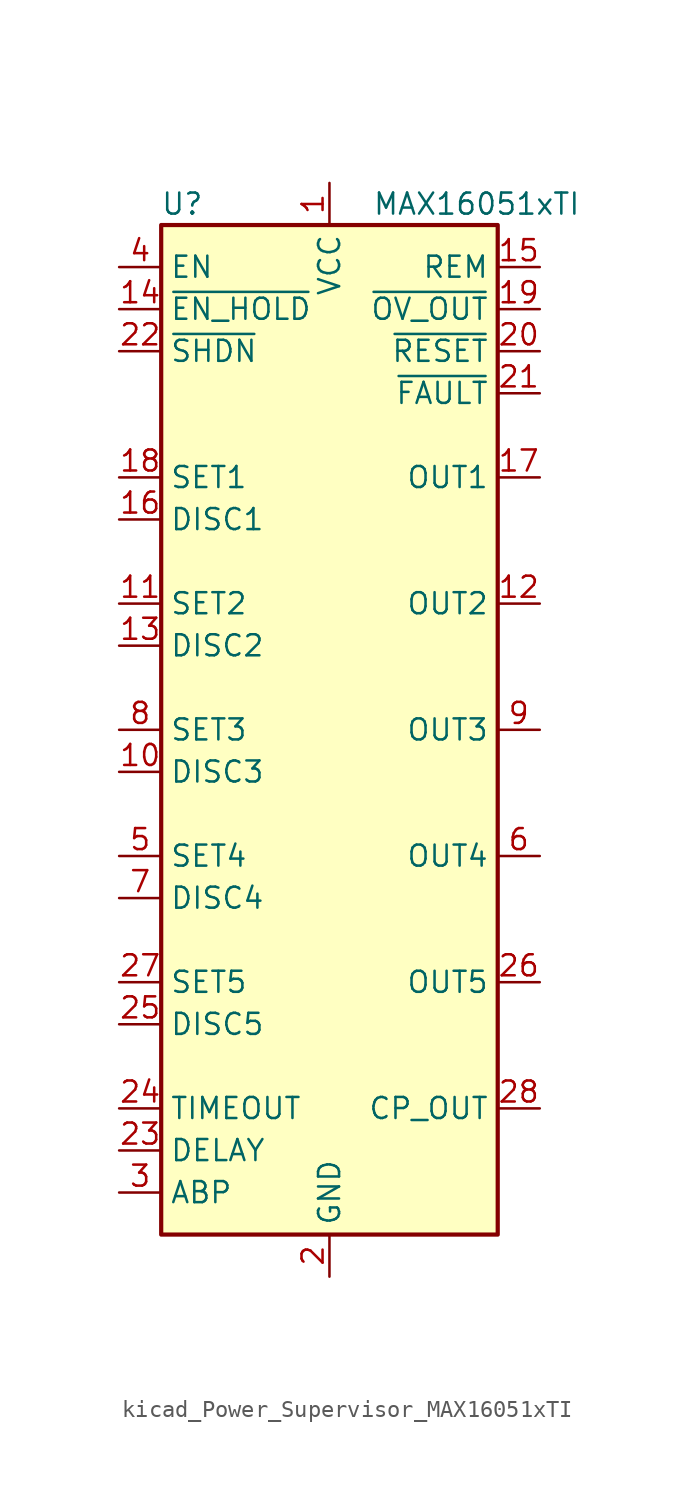
<source format=kicad_sym>
(kicad_symbol_lib
  (version 20220914)
  (generator kicad_symbol_editor)
  (symbol "kicad_Power_Supervisor_MAX16051xTI"
    (property "Reference" "U"
      (at -8.89 31.75 0)
      (effects (font (size 1.27 1.27))))
    (property "Value" "MAX16051xTI"
      (at 8.89 31.75 0)
      (effects (font (size 1.27 1.27))))
    (symbol "kicad_Power_Supervisor_MAX16051xTI_0_1"
      (rectangle (start -10.16 30.48) (end 10.16 -30.48) (stroke (width 0.254) (type default)) (fill (type background))))
    (symbol "kicad_Power_Supervisor_MAX16051xTI_1_1"
      (pin power_in line (at 0 33.02 270) (length 2.54) (name "VCC" (effects (font (size 1.27 1.27)))) (number "1" (effects (font (size 1.27 1.27)))))
      (pin input line (at -12.7 -2.54 0) (length 2.54) (name "DISC3" (effects (font (size 1.27 1.27)))) (number "10" (effects (font (size 1.27 1.27)))))
      (pin input line (at -12.7 7.62 0) (length 2.54) (name "SET2" (effects (font (size 1.27 1.27)))) (number "11" (effects (font (size 1.27 1.27)))))
      (pin open_collector line (at 12.7 7.62 180) (length 2.54) (name "OUT2" (effects (font (size 1.27 1.27)))) (number "12" (effects (font (size 1.27 1.27)))))
      (pin input line (at -12.7 5.08 0) (length 2.54) (name "DISC2" (effects (font (size 1.27 1.27)))) (number "13" (effects (font (size 1.27 1.27)))))
      (pin input line (at -12.7 25.4 0) (length 2.54) (name "~{EN_HOLD}" (effects (font (size 1.27 1.27)))) (number "14" (effects (font (size 1.27 1.27)))))
      (pin open_collector line (at 12.7 27.94 180) (length 2.54) (name "REM" (effects (font (size 1.27 1.27)))) (number "15" (effects (font (size 1.27 1.27)))))
      (pin input line (at -12.7 12.7 0) (length 2.54) (name "DISC1" (effects (font (size 1.27 1.27)))) (number "16" (effects (font (size 1.27 1.27)))))
      (pin open_collector line (at 12.7 15.24 180) (length 2.54) (name "OUT1" (effects (font (size 1.27 1.27)))) (number "17" (effects (font (size 1.27 1.27)))))
      (pin input line (at -12.7 15.24 0) (length 2.54) (name "SET1" (effects (font (size 1.27 1.27)))) (number "18" (effects (font (size 1.27 1.27)))))
      (pin open_collector line (at 12.7 25.4 180) (length 2.54) (name "~{OV_OUT}" (effects (font (size 1.27 1.27)))) (number "19" (effects (font (size 1.27 1.27)))))
      (pin power_in line (at 0 -33.02 90) (length 2.54) (name "GND" (effects (font (size 1.27 1.27)))) (number "2" (effects (font (size 1.27 1.27)))))
      (pin open_collector line (at 12.7 22.86 180) (length 2.54) (name "~{RESET}" (effects (font (size 1.27 1.27)))) (number "20" (effects (font (size 1.27 1.27)))))
      (pin bidirectional line (at 12.7 20.32 180) (length 2.54) (name "~{FAULT}" (effects (font (size 1.27 1.27)))) (number "21" (effects (font (size 1.27 1.27)))))
      (pin input line (at -12.7 22.86 0) (length 2.54) (name "~{SHDN}" (effects (font (size 1.27 1.27)))) (number "22" (effects (font (size 1.27 1.27)))))
      (pin passive line (at -12.7 -25.4 0) (length 2.54) (name "DELAY" (effects (font (size 1.27 1.27)))) (number "23" (effects (font (size 1.27 1.27)))))
      (pin passive line (at -12.7 -22.86 0) (length 2.54) (name "TIMEOUT" (effects (font (size 1.27 1.27)))) (number "24" (effects (font (size 1.27 1.27)))))
      (pin input line (at -12.7 -17.78 0) (length 2.54) (name "DISC5" (effects (font (size 1.27 1.27)))) (number "25" (effects (font (size 1.27 1.27)))))
      (pin open_collector line (at 12.7 -15.24 180) (length 2.54) (name "OUT5" (effects (font (size 1.27 1.27)))) (number "26" (effects (font (size 1.27 1.27)))))
      (pin input line (at -12.7 -15.24 0) (length 2.54) (name "SET5" (effects (font (size 1.27 1.27)))) (number "27" (effects (font (size 1.27 1.27)))))
      (pin power_out line (at 12.7 -22.86 180) (length 2.54) (name "CP_OUT" (effects (font (size 1.27 1.27)))) (number "28" (effects (font (size 1.27 1.27)))))
      (pin passive line (at 0 -33.02 90) (length 2.54) hide (name "GND" (effects (font (size 1.27 1.27)))) (number "29" (effects (font (size 1.27 1.27)))))
      (pin passive line (at -12.7 -27.94 0) (length 2.54) (name "ABP" (effects (font (size 1.27 1.27)))) (number "3" (effects (font (size 1.27 1.27)))))
      (pin input line (at -12.7 27.94 0) (length 2.54) (name "EN" (effects (font (size 1.27 1.27)))) (number "4" (effects (font (size 1.27 1.27)))))
      (pin input line (at -12.7 -7.62 0) (length 2.54) (name "SET4" (effects (font (size 1.27 1.27)))) (number "5" (effects (font (size 1.27 1.27)))))
      (pin open_collector line (at 12.7 -7.62 180) (length 2.54) (name "OUT4" (effects (font (size 1.27 1.27)))) (number "6" (effects (font (size 1.27 1.27)))))
      (pin input line (at -12.7 -10.16 0) (length 2.54) (name "DISC4" (effects (font (size 1.27 1.27)))) (number "7" (effects (font (size 1.27 1.27)))))
      (pin input line (at -12.7 0 0) (length 2.54) (name "SET3" (effects (font (size 1.27 1.27)))) (number "8" (effects (font (size 1.27 1.27)))))
      (pin open_collector line (at 12.7 0 180) (length 2.54) (name "OUT3" (effects (font (size 1.27 1.27)))) (number "9" (effects (font (size 1.27 1.27))))))))
</source>
